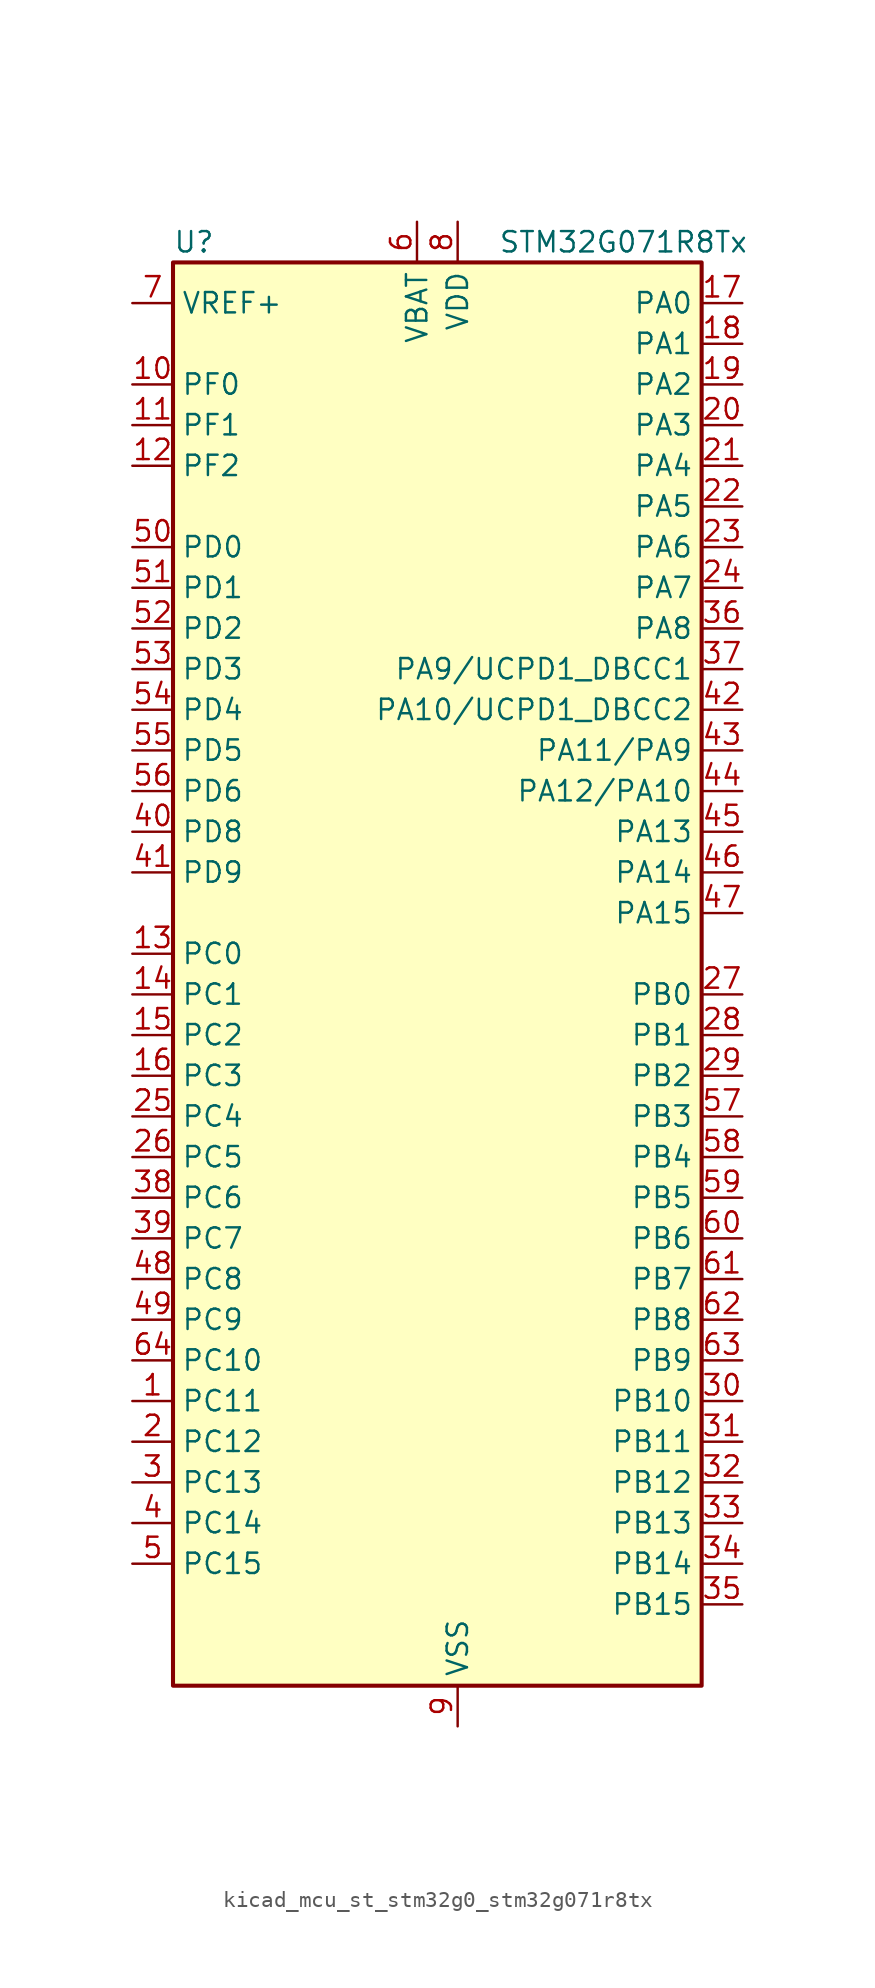
<source format=kicad_sym>
(kicad_symbol_lib
  (version 20220914)
  (generator kicad_symbol_editor)
  (symbol "kicad_mcu_st_stm32g0_stm32g071r8tx"
    (property "Reference" "U"
      (at -15.24 46.99 0)
      (effects (font (size 1.27 1.27)) (justify left)))
    (property "Value" "STM32G071R8Tx"
      (at 5.08 46.99 0)
      (effects (font (size 1.27 1.27)) (justify left)))
    (property "ki_locked" ""
      (at 0 0 0)
      (effects (font (size 1.27 1.27))))
    (symbol "kicad_mcu_st_stm32g0_stm32g071r8tx_0_1"
      (rectangle (start -15.24 -43.18) (end 17.78 45.72) (stroke (width 0.254) (type default)) (fill (type background))))
    (symbol "kicad_mcu_st_stm32g0_stm32g071r8tx_1_1"
      (pin bidirectional line (at -17.78 -25.4 0) (length 2.54) (name "PC11" (effects (font (size 1.27 1.27)))) (number "1" (effects (font (size 1.27 1.27)))) (alternate "ADC1_EXTI11" bidirectional line) (alternate "TIM1_CH4" bidirectional line) (alternate "USART3_RX" bidirectional line) (alternate "USART4_RX" bidirectional line))
      (pin bidirectional line (at -17.78 38.1 0) (length 2.54) (name "PF0" (effects (font (size 1.27 1.27)))) (number "10" (effects (font (size 1.27 1.27)))) (alternate "RCC_OSC_IN" bidirectional line) (alternate "TIM14_CH1" bidirectional line))
      (pin bidirectional line (at -17.78 35.56 0) (length 2.54) (name "PF1" (effects (font (size 1.27 1.27)))) (number "11" (effects (font (size 1.27 1.27)))) (alternate "RCC_OSC_EN" bidirectional line) (alternate "RCC_OSC_OUT" bidirectional line) (alternate "TIM15_CH1N" bidirectional line))
      (pin bidirectional line (at -17.78 33.02 0) (length 2.54) (name "PF2" (effects (font (size 1.27 1.27)))) (number "12" (effects (font (size 1.27 1.27)))) (alternate "RCC_MCO" bidirectional line))
      (pin bidirectional line (at -17.78 2.54 0) (length 2.54) (name "PC0" (effects (font (size 1.27 1.27)))) (number "13" (effects (font (size 1.27 1.27)))) (alternate "LPTIM1_IN1" bidirectional line) (alternate "LPTIM2_IN1" bidirectional line) (alternate "LPUART1_RX" bidirectional line))
      (pin bidirectional line (at -17.78 0 0) (length 2.54) (name "PC1" (effects (font (size 1.27 1.27)))) (number "14" (effects (font (size 1.27 1.27)))) (alternate "LPTIM1_OUT" bidirectional line) (alternate "LPUART1_TX" bidirectional line) (alternate "TIM15_CH1" bidirectional line))
      (pin bidirectional line (at -17.78 -2.54 0) (length 2.54) (name "PC2" (effects (font (size 1.27 1.27)))) (number "15" (effects (font (size 1.27 1.27)))) (alternate "LPTIM1_IN2" bidirectional line) (alternate "SPI2_MISO" bidirectional line) (alternate "TIM15_CH2" bidirectional line))
      (pin bidirectional line (at -17.78 -5.08 0) (length 2.54) (name "PC3" (effects (font (size 1.27 1.27)))) (number "16" (effects (font (size 1.27 1.27)))) (alternate "LPTIM1_ETR" bidirectional line) (alternate "LPTIM2_ETR" bidirectional line) (alternate "SPI2_MOSI" bidirectional line))
      (pin bidirectional line (at 20.32 43.18 180) (length 2.54) (name "PA0" (effects (font (size 1.27 1.27)))) (number "17" (effects (font (size 1.27 1.27)))) (alternate "ADC1_IN0" bidirectional line) (alternate "COMP1_INM" bidirectional line) (alternate "COMP1_OUT" bidirectional line) (alternate "LPTIM1_OUT" bidirectional line) (alternate "RTC_TAMP_IN2" bidirectional line) (alternate "SPI2_SCK" bidirectional line) (alternate "SYS_WKUP1" bidirectional line) (alternate "TIM2_CH1" bidirectional line) (alternate "TIM2_ETR" bidirectional line) (alternate "UCPD2_FRSTX1" bidirectional line) (alternate "UCPD2_FRSTX2" bidirectional line) (alternate "USART2_CTS" bidirectional line) (alternate "USART2_NSS" bidirectional line) (alternate "USART4_TX" bidirectional line))
      (pin bidirectional line (at 20.32 40.64 180) (length 2.54) (name "PA1" (effects (font (size 1.27 1.27)))) (number "18" (effects (font (size 1.27 1.27)))) (alternate "ADC1_IN1" bidirectional line) (alternate "COMP1_INP" bidirectional line) (alternate "I2C1_SMBA" bidirectional line) (alternate "I2S1_CK" bidirectional line) (alternate "SPI1_SCK" bidirectional line) (alternate "TIM15_CH1N" bidirectional line) (alternate "TIM2_CH2" bidirectional line) (alternate "USART2_CK" bidirectional line) (alternate "USART2_DE" bidirectional line) (alternate "USART2_RTS" bidirectional line) (alternate "USART4_RX" bidirectional line))
      (pin bidirectional line (at 20.32 38.1 180) (length 2.54) (name "PA2" (effects (font (size 1.27 1.27)))) (number "19" (effects (font (size 1.27 1.27)))) (alternate "ADC1_IN2" bidirectional line) (alternate "COMP2_INM" bidirectional line) (alternate "COMP2_OUT" bidirectional line) (alternate "I2S1_SD" bidirectional line) (alternate "LPUART1_TX" bidirectional line) (alternate "RCC_LSCO" bidirectional line) (alternate "SPI1_MOSI" bidirectional line) (alternate "SYS_WKUP4" bidirectional line) (alternate "TIM15_CH1" bidirectional line) (alternate "TIM2_CH3" bidirectional line) (alternate "UCPD1_FRSTX1" bidirectional line) (alternate "UCPD1_FRSTX2" bidirectional line) (alternate "USART2_TX" bidirectional line))
      (pin bidirectional line (at -17.78 -27.94 0) (length 2.54) (name "PC12" (effects (font (size 1.27 1.27)))) (number "2" (effects (font (size 1.27 1.27)))) (alternate "LPTIM1_IN1" bidirectional line) (alternate "TIM14_CH1" bidirectional line) (alternate "UCPD1_FRSTX1" bidirectional line) (alternate "UCPD1_FRSTX2" bidirectional line))
      (pin bidirectional line (at 20.32 35.56 180) (length 2.54) (name "PA3" (effects (font (size 1.27 1.27)))) (number "20" (effects (font (size 1.27 1.27)))) (alternate "ADC1_IN3" bidirectional line) (alternate "COMP2_INP" bidirectional line) (alternate "LPUART1_RX" bidirectional line) (alternate "SPI2_MISO" bidirectional line) (alternate "TIM15_CH2" bidirectional line) (alternate "TIM2_CH4" bidirectional line) (alternate "UCPD2_FRSTX1" bidirectional line) (alternate "UCPD2_FRSTX2" bidirectional line) (alternate "USART2_RX" bidirectional line))
      (pin bidirectional line (at 20.32 33.02 180) (length 2.54) (name "PA4" (effects (font (size 1.27 1.27)))) (number "21" (effects (font (size 1.27 1.27)))) (alternate "ADC1_IN4" bidirectional line) (alternate "DAC1_OUT1" bidirectional line) (alternate "I2S1_WS" bidirectional line) (alternate "LPTIM2_OUT" bidirectional line) (alternate "RTC_OUT_ALARM" bidirectional line) (alternate "RTC_OUT_CALIB" bidirectional line) (alternate "SPI1_NSS" bidirectional line) (alternate "SPI2_MOSI" bidirectional line) (alternate "TIM14_CH1" bidirectional line) (alternate "UCPD2_FRSTX1" bidirectional line) (alternate "UCPD2_FRSTX2" bidirectional line))
      (pin bidirectional line (at 20.32 30.48 180) (length 2.54) (name "PA5" (effects (font (size 1.27 1.27)))) (number "22" (effects (font (size 1.27 1.27)))) (alternate "ADC1_IN5" bidirectional line) (alternate "CEC" bidirectional line) (alternate "DAC1_OUT2" bidirectional line) (alternate "I2S1_CK" bidirectional line) (alternate "LPTIM2_ETR" bidirectional line) (alternate "SPI1_SCK" bidirectional line) (alternate "TIM2_CH1" bidirectional line) (alternate "TIM2_ETR" bidirectional line) (alternate "UCPD1_FRSTX1" bidirectional line) (alternate "UCPD1_FRSTX2" bidirectional line) (alternate "USART3_TX" bidirectional line))
      (pin bidirectional line (at 20.32 27.94 180) (length 2.54) (name "PA6" (effects (font (size 1.27 1.27)))) (number "23" (effects (font (size 1.27 1.27)))) (alternate "ADC1_IN6" bidirectional line) (alternate "COMP1_OUT" bidirectional line) (alternate "I2S1_MCK" bidirectional line) (alternate "LPUART1_CTS" bidirectional line) (alternate "SPI1_MISO" bidirectional line) (alternate "TIM16_CH1" bidirectional line) (alternate "TIM1_BK" bidirectional line) (alternate "TIM3_CH1" bidirectional line) (alternate "USART3_CTS" bidirectional line) (alternate "USART3_NSS" bidirectional line))
      (pin bidirectional line (at 20.32 25.4 180) (length 2.54) (name "PA7" (effects (font (size 1.27 1.27)))) (number "24" (effects (font (size 1.27 1.27)))) (alternate "ADC1_IN7" bidirectional line) (alternate "COMP2_OUT" bidirectional line) (alternate "I2S1_SD" bidirectional line) (alternate "SPI1_MOSI" bidirectional line) (alternate "TIM14_CH1" bidirectional line) (alternate "TIM17_CH1" bidirectional line) (alternate "TIM1_CH1N" bidirectional line) (alternate "TIM3_CH2" bidirectional line) (alternate "UCPD1_FRSTX1" bidirectional line) (alternate "UCPD1_FRSTX2" bidirectional line))
      (pin bidirectional line (at -17.78 -7.62 0) (length 2.54) (name "PC4" (effects (font (size 1.27 1.27)))) (number "25" (effects (font (size 1.27 1.27)))) (alternate "ADC1_IN17" bidirectional line) (alternate "COMP1_INM" bidirectional line) (alternate "TIM2_CH1" bidirectional line) (alternate "TIM2_ETR" bidirectional line) (alternate "USART1_TX" bidirectional line) (alternate "USART3_TX" bidirectional line))
      (pin bidirectional line (at -17.78 -10.16 0) (length 2.54) (name "PC5" (effects (font (size 1.27 1.27)))) (number "26" (effects (font (size 1.27 1.27)))) (alternate "ADC1_IN18" bidirectional line) (alternate "COMP1_INP" bidirectional line) (alternate "SYS_WKUP5" bidirectional line) (alternate "TIM2_CH2" bidirectional line) (alternate "USART1_RX" bidirectional line) (alternate "USART3_RX" bidirectional line))
      (pin bidirectional line (at 20.32 0 180) (length 2.54) (name "PB0" (effects (font (size 1.27 1.27)))) (number "27" (effects (font (size 1.27 1.27)))) (alternate "ADC1_IN8" bidirectional line) (alternate "COMP1_OUT" bidirectional line) (alternate "I2S1_WS" bidirectional line) (alternate "LPTIM1_OUT" bidirectional line) (alternate "SPI1_NSS" bidirectional line) (alternate "TIM1_CH2N" bidirectional line) (alternate "TIM3_CH3" bidirectional line) (alternate "UCPD1_FRSTX1" bidirectional line) (alternate "UCPD1_FRSTX2" bidirectional line) (alternate "USART3_RX" bidirectional line))
      (pin bidirectional line (at 20.32 -2.54 180) (length 2.54) (name "PB1" (effects (font (size 1.27 1.27)))) (number "28" (effects (font (size 1.27 1.27)))) (alternate "ADC1_IN9" bidirectional line) (alternate "COMP1_INM" bidirectional line) (alternate "LPTIM2_IN1" bidirectional line) (alternate "LPUART1_DE" bidirectional line) (alternate "LPUART1_RTS" bidirectional line) (alternate "TIM14_CH1" bidirectional line) (alternate "TIM1_CH3N" bidirectional line) (alternate "TIM3_CH4" bidirectional line) (alternate "USART3_CK" bidirectional line) (alternate "USART3_DE" bidirectional line) (alternate "USART3_RTS" bidirectional line))
      (pin bidirectional line (at 20.32 -5.08 180) (length 2.54) (name "PB2" (effects (font (size 1.27 1.27)))) (number "29" (effects (font (size 1.27 1.27)))) (alternate "ADC1_IN10" bidirectional line) (alternate "COMP1_INP" bidirectional line) (alternate "LPTIM1_OUT" bidirectional line) (alternate "SPI2_MISO" bidirectional line) (alternate "USART3_TX" bidirectional line))
      (pin bidirectional line (at -17.78 -30.48 0) (length 2.54) (name "PC13" (effects (font (size 1.27 1.27)))) (number "3" (effects (font (size 1.27 1.27)))) (alternate "RTC_OUT_ALARM" bidirectional line) (alternate "RTC_OUT_CALIB" bidirectional line) (alternate "RTC_TAMP_IN1" bidirectional line) (alternate "RTC_TS" bidirectional line) (alternate "SYS_WKUP2" bidirectional line) (alternate "TIM1_BK" bidirectional line))
      (pin bidirectional line (at 20.32 -25.4 180) (length 2.54) (name "PB10" (effects (font (size 1.27 1.27)))) (number "30" (effects (font (size 1.27 1.27)))) (alternate "ADC1_IN11" bidirectional line) (alternate "CEC" bidirectional line) (alternate "COMP1_OUT" bidirectional line) (alternate "I2C2_SCL" bidirectional line) (alternate "LPUART1_RX" bidirectional line) (alternate "SPI2_SCK" bidirectional line) (alternate "TIM2_CH3" bidirectional line) (alternate "USART3_TX" bidirectional line))
      (pin bidirectional line (at 20.32 -27.94 180) (length 2.54) (name "PB11" (effects (font (size 1.27 1.27)))) (number "31" (effects (font (size 1.27 1.27)))) (alternate "ADC1_EXTI11" bidirectional line) (alternate "ADC1_IN15" bidirectional line) (alternate "COMP2_OUT" bidirectional line) (alternate "I2C2_SDA" bidirectional line) (alternate "LPUART1_TX" bidirectional line) (alternate "SPI2_MOSI" bidirectional line) (alternate "TIM2_CH4" bidirectional line) (alternate "USART3_RX" bidirectional line))
      (pin bidirectional line (at 20.32 -30.48 180) (length 2.54) (name "PB12" (effects (font (size 1.27 1.27)))) (number "32" (effects (font (size 1.27 1.27)))) (alternate "ADC1_IN16" bidirectional line) (alternate "LPUART1_DE" bidirectional line) (alternate "LPUART1_RTS" bidirectional line) (alternate "SPI2_NSS" bidirectional line) (alternate "TIM15_BK" bidirectional line) (alternate "TIM1_BK" bidirectional line) (alternate "UCPD2_FRSTX1" bidirectional line) (alternate "UCPD2_FRSTX2" bidirectional line))
      (pin bidirectional line (at 20.32 -33.02 180) (length 2.54) (name "PB13" (effects (font (size 1.27 1.27)))) (number "33" (effects (font (size 1.27 1.27)))) (alternate "I2C2_SCL" bidirectional line) (alternate "LPUART1_CTS" bidirectional line) (alternate "SPI2_SCK" bidirectional line) (alternate "TIM15_CH1N" bidirectional line) (alternate "TIM1_CH1N" bidirectional line) (alternate "USART3_CTS" bidirectional line) (alternate "USART3_NSS" bidirectional line))
      (pin bidirectional line (at 20.32 -35.56 180) (length 2.54) (name "PB14" (effects (font (size 1.27 1.27)))) (number "34" (effects (font (size 1.27 1.27)))) (alternate "I2C2_SDA" bidirectional line) (alternate "SPI2_MISO" bidirectional line) (alternate "TIM15_CH1" bidirectional line) (alternate "TIM1_CH2N" bidirectional line) (alternate "UCPD1_FRSTX1" bidirectional line) (alternate "UCPD1_FRSTX2" bidirectional line) (alternate "USART3_CK" bidirectional line) (alternate "USART3_DE" bidirectional line) (alternate "USART3_RTS" bidirectional line))
      (pin bidirectional line (at 20.32 -38.1 180) (length 2.54) (name "PB15" (effects (font (size 1.27 1.27)))) (number "35" (effects (font (size 1.27 1.27)))) (alternate "RTC_REFIN" bidirectional line) (alternate "SPI2_MOSI" bidirectional line) (alternate "TIM15_CH1N" bidirectional line) (alternate "TIM15_CH2" bidirectional line) (alternate "TIM1_CH3N" bidirectional line) (alternate "UCPD1_CC2" bidirectional line))
      (pin bidirectional line (at 20.32 22.86 180) (length 2.54) (name "PA8" (effects (font (size 1.27 1.27)))) (number "36" (effects (font (size 1.27 1.27)))) (alternate "LPTIM2_OUT" bidirectional line) (alternate "RCC_MCO" bidirectional line) (alternate "SPI2_NSS" bidirectional line) (alternate "TIM1_CH1" bidirectional line) (alternate "UCPD1_CC1" bidirectional line))
      (pin bidirectional line (at 20.32 20.32 180) (length 2.54) (name "PA9/UCPD1_DBCC1" (effects (font (size 1.27 1.27)))) (number "37" (effects (font (size 1.27 1.27)))) (alternate "DAC1_EXTI9" bidirectional line) (alternate "I2C1_SCL" bidirectional line) (alternate "RCC_MCO" bidirectional line) (alternate "SPI2_MISO" bidirectional line) (alternate "TIM15_BK" bidirectional line) (alternate "TIM1_CH2" bidirectional line) (alternate "UCPD1_DBCC1" bidirectional line) (alternate "USART1_TX" bidirectional line))
      (pin bidirectional line (at -17.78 -12.7 0) (length 2.54) (name "PC6" (effects (font (size 1.27 1.27)))) (number "38" (effects (font (size 1.27 1.27)))) (alternate "TIM2_CH3" bidirectional line) (alternate "TIM3_CH1" bidirectional line) (alternate "UCPD1_FRSTX1" bidirectional line) (alternate "UCPD1_FRSTX2" bidirectional line))
      (pin bidirectional line (at -17.78 -15.24 0) (length 2.54) (name "PC7" (effects (font (size 1.27 1.27)))) (number "39" (effects (font (size 1.27 1.27)))) (alternate "TIM2_CH4" bidirectional line) (alternate "TIM3_CH2" bidirectional line) (alternate "UCPD2_FRSTX1" bidirectional line) (alternate "UCPD2_FRSTX2" bidirectional line))
      (pin bidirectional line (at -17.78 -33.02 0) (length 2.54) (name "PC14" (effects (font (size 1.27 1.27)))) (number "4" (effects (font (size 1.27 1.27)))) (alternate "RCC_OSC32_IN" bidirectional line) (alternate "TIM1_BK2" bidirectional line))
      (pin bidirectional line (at -17.78 10.16 0) (length 2.54) (name "PD8" (effects (font (size 1.27 1.27)))) (number "40" (effects (font (size 1.27 1.27)))) (alternate "I2S1_CK" bidirectional line) (alternate "LPTIM1_OUT" bidirectional line) (alternate "SPI1_SCK" bidirectional line) (alternate "USART3_TX" bidirectional line))
      (pin bidirectional line (at -17.78 7.62 0) (length 2.54) (name "PD9" (effects (font (size 1.27 1.27)))) (number "41" (effects (font (size 1.27 1.27)))) (alternate "DAC1_EXTI9" bidirectional line) (alternate "I2S1_WS" bidirectional line) (alternate "SPI1_NSS" bidirectional line) (alternate "TIM1_BK2" bidirectional line) (alternate "USART3_RX" bidirectional line))
      (pin bidirectional line (at 20.32 17.78 180) (length 2.54) (name "PA10/UCPD1_DBCC2" (effects (font (size 1.27 1.27)))) (number "42" (effects (font (size 1.27 1.27)))) (alternate "I2C1_SDA" bidirectional line) (alternate "SPI2_MOSI" bidirectional line) (alternate "TIM17_BK" bidirectional line) (alternate "TIM1_CH3" bidirectional line) (alternate "UCPD1_DBCC2" bidirectional line) (alternate "USART1_RX" bidirectional line))
      (pin bidirectional line (at 20.32 15.24 180) (length 2.54) (name "PA11/PA9" (effects (font (size 1.27 1.27)))) (number "43" (effects (font (size 1.27 1.27)))) (alternate "ADC1_EXTI11" bidirectional line) (alternate "COMP1_OUT" bidirectional line) (alternate "I2C2_SCL" bidirectional line) (alternate "I2S1_MCK" bidirectional line) (alternate "SPI1_MISO" bidirectional line) (alternate "TIM1_BK2" bidirectional line) (alternate "TIM1_CH4" bidirectional line) (alternate "USART1_CTS" bidirectional line) (alternate "USART1_NSS" bidirectional line))
      (pin bidirectional line (at 20.32 12.7 180) (length 2.54) (name "PA12/PA10" (effects (font (size 1.27 1.27)))) (number "44" (effects (font (size 1.27 1.27)))) (alternate "COMP2_OUT" bidirectional line) (alternate "I2C2_SDA" bidirectional line) (alternate "I2S1_SD" bidirectional line) (alternate "I2S_CKIN" bidirectional line) (alternate "SPI1_MOSI" bidirectional line) (alternate "TIM1_ETR" bidirectional line) (alternate "USART1_CK" bidirectional line) (alternate "USART1_DE" bidirectional line) (alternate "USART1_RTS" bidirectional line))
      (pin bidirectional line (at 20.32 10.16 180) (length 2.54) (name "PA13" (effects (font (size 1.27 1.27)))) (number "45" (effects (font (size 1.27 1.27)))) (alternate "IR_OUT" bidirectional line) (alternate "SYS_SWDIO" bidirectional line))
      (pin bidirectional line (at 20.32 7.62 180) (length 2.54) (name "PA14" (effects (font (size 1.27 1.27)))) (number "46" (effects (font (size 1.27 1.27)))) (alternate "SYS_SWCLK" bidirectional line) (alternate "USART2_TX" bidirectional line))
      (pin bidirectional line (at 20.32 5.08 180) (length 2.54) (name "PA15" (effects (font (size 1.27 1.27)))) (number "47" (effects (font (size 1.27 1.27)))) (alternate "I2S1_WS" bidirectional line) (alternate "SPI1_NSS" bidirectional line) (alternate "TIM2_CH1" bidirectional line) (alternate "TIM2_ETR" bidirectional line) (alternate "USART2_RX" bidirectional line) (alternate "USART3_CK" bidirectional line) (alternate "USART3_DE" bidirectional line) (alternate "USART3_RTS" bidirectional line) (alternate "USART4_CK" bidirectional line) (alternate "USART4_DE" bidirectional line) (alternate "USART4_RTS" bidirectional line))
      (pin bidirectional line (at -17.78 -17.78 0) (length 2.54) (name "PC8" (effects (font (size 1.27 1.27)))) (number "48" (effects (font (size 1.27 1.27)))) (alternate "TIM1_CH1" bidirectional line) (alternate "TIM3_CH3" bidirectional line) (alternate "UCPD2_FRSTX1" bidirectional line) (alternate "UCPD2_FRSTX2" bidirectional line))
      (pin bidirectional line (at -17.78 -20.32 0) (length 2.54) (name "PC9" (effects (font (size 1.27 1.27)))) (number "49" (effects (font (size 1.27 1.27)))) (alternate "DAC1_EXTI9" bidirectional line) (alternate "I2S_CKIN" bidirectional line) (alternate "TIM1_CH2" bidirectional line) (alternate "TIM3_CH4" bidirectional line))
      (pin bidirectional line (at -17.78 -35.56 0) (length 2.54) (name "PC15" (effects (font (size 1.27 1.27)))) (number "5" (effects (font (size 1.27 1.27)))) (alternate "RCC_OSC32_EN" bidirectional line) (alternate "RCC_OSC32_OUT" bidirectional line) (alternate "RCC_OSC_EN" bidirectional line) (alternate "TIM15_BK" bidirectional line))
      (pin bidirectional line (at -17.78 27.94 0) (length 2.54) (name "PD0" (effects (font (size 1.27 1.27)))) (number "50" (effects (font (size 1.27 1.27)))) (alternate "SPI2_NSS" bidirectional line) (alternate "TIM16_CH1" bidirectional line) (alternate "UCPD2_CC1" bidirectional line))
      (pin bidirectional line (at -17.78 25.4 0) (length 2.54) (name "PD1" (effects (font (size 1.27 1.27)))) (number "51" (effects (font (size 1.27 1.27)))) (alternate "SPI2_SCK" bidirectional line) (alternate "TIM17_CH1" bidirectional line) (alternate "UCPD2_DBCC1" bidirectional line))
      (pin bidirectional line (at -17.78 22.86 0) (length 2.54) (name "PD2" (effects (font (size 1.27 1.27)))) (number "52" (effects (font (size 1.27 1.27)))) (alternate "TIM1_CH1N" bidirectional line) (alternate "TIM3_ETR" bidirectional line) (alternate "UCPD2_CC2" bidirectional line) (alternate "USART3_CK" bidirectional line) (alternate "USART3_DE" bidirectional line) (alternate "USART3_RTS" bidirectional line))
      (pin bidirectional line (at -17.78 20.32 0) (length 2.54) (name "PD3" (effects (font (size 1.27 1.27)))) (number "53" (effects (font (size 1.27 1.27)))) (alternate "SPI2_MISO" bidirectional line) (alternate "TIM1_CH2N" bidirectional line) (alternate "UCPD2_DBCC2" bidirectional line) (alternate "USART2_CTS" bidirectional line) (alternate "USART2_NSS" bidirectional line))
      (pin bidirectional line (at -17.78 17.78 0) (length 2.54) (name "PD4" (effects (font (size 1.27 1.27)))) (number "54" (effects (font (size 1.27 1.27)))) (alternate "SPI2_MOSI" bidirectional line) (alternate "TIM1_CH3N" bidirectional line) (alternate "USART2_CK" bidirectional line) (alternate "USART2_DE" bidirectional line) (alternate "USART2_RTS" bidirectional line))
      (pin bidirectional line (at -17.78 15.24 0) (length 2.54) (name "PD5" (effects (font (size 1.27 1.27)))) (number "55" (effects (font (size 1.27 1.27)))) (alternate "I2S1_MCK" bidirectional line) (alternate "SPI1_MISO" bidirectional line) (alternate "TIM1_BK" bidirectional line) (alternate "USART2_TX" bidirectional line))
      (pin bidirectional line (at -17.78 12.7 0) (length 2.54) (name "PD6" (effects (font (size 1.27 1.27)))) (number "56" (effects (font (size 1.27 1.27)))) (alternate "I2S1_SD" bidirectional line) (alternate "LPTIM2_OUT" bidirectional line) (alternate "SPI1_MOSI" bidirectional line) (alternate "USART2_RX" bidirectional line))
      (pin bidirectional line (at 20.32 -7.62 180) (length 2.54) (name "PB3" (effects (font (size 1.27 1.27)))) (number "57" (effects (font (size 1.27 1.27)))) (alternate "COMP2_INM" bidirectional line) (alternate "I2S1_CK" bidirectional line) (alternate "SPI1_SCK" bidirectional line) (alternate "TIM1_CH2" bidirectional line) (alternate "TIM2_CH2" bidirectional line) (alternate "USART1_CK" bidirectional line) (alternate "USART1_DE" bidirectional line) (alternate "USART1_RTS" bidirectional line))
      (pin bidirectional line (at 20.32 -10.16 180) (length 2.54) (name "PB4" (effects (font (size 1.27 1.27)))) (number "58" (effects (font (size 1.27 1.27)))) (alternate "COMP2_INP" bidirectional line) (alternate "I2S1_MCK" bidirectional line) (alternate "SPI1_MISO" bidirectional line) (alternate "TIM17_BK" bidirectional line) (alternate "TIM3_CH1" bidirectional line) (alternate "USART1_CTS" bidirectional line) (alternate "USART1_NSS" bidirectional line))
      (pin bidirectional line (at 20.32 -12.7 180) (length 2.54) (name "PB5" (effects (font (size 1.27 1.27)))) (number "59" (effects (font (size 1.27 1.27)))) (alternate "COMP2_OUT" bidirectional line) (alternate "I2C1_SMBA" bidirectional line) (alternate "I2S1_SD" bidirectional line) (alternate "LPTIM1_IN1" bidirectional line) (alternate "SPI1_MOSI" bidirectional line) (alternate "SYS_WKUP6" bidirectional line) (alternate "TIM16_BK" bidirectional line) (alternate "TIM3_CH2" bidirectional line))
      (pin power_in line (at 0 48.26 270) (length 2.54) (name "VBAT" (effects (font (size 1.27 1.27)))) (number "6" (effects (font (size 1.27 1.27)))))
      (pin bidirectional line (at 20.32 -15.24 180) (length 2.54) (name "PB6" (effects (font (size 1.27 1.27)))) (number "60" (effects (font (size 1.27 1.27)))) (alternate "COMP2_INP" bidirectional line) (alternate "I2C1_SCL" bidirectional line) (alternate "LPTIM1_ETR" bidirectional line) (alternate "SPI2_MISO" bidirectional line) (alternate "TIM16_CH1N" bidirectional line) (alternate "TIM1_CH3" bidirectional line) (alternate "USART1_TX" bidirectional line))
      (pin bidirectional line (at 20.32 -17.78 180) (length 2.54) (name "PB7" (effects (font (size 1.27 1.27)))) (number "61" (effects (font (size 1.27 1.27)))) (alternate "COMP2_INM" bidirectional line) (alternate "I2C1_SDA" bidirectional line) (alternate "LPTIM1_IN2" bidirectional line) (alternate "SPI2_MOSI" bidirectional line) (alternate "SYS_PVD_IN" bidirectional line) (alternate "TIM17_CH1N" bidirectional line) (alternate "USART1_RX" bidirectional line) (alternate "USART4_CTS" bidirectional line) (alternate "USART4_NSS" bidirectional line))
      (pin bidirectional line (at 20.32 -20.32 180) (length 2.54) (name "PB8" (effects (font (size 1.27 1.27)))) (number "62" (effects (font (size 1.27 1.27)))) (alternate "CEC" bidirectional line) (alternate "I2C1_SCL" bidirectional line) (alternate "SPI2_SCK" bidirectional line) (alternate "TIM15_BK" bidirectional line) (alternate "TIM16_CH1" bidirectional line) (alternate "USART3_TX" bidirectional line))
      (pin bidirectional line (at 20.32 -22.86 180) (length 2.54) (name "PB9" (effects (font (size 1.27 1.27)))) (number "63" (effects (font (size 1.27 1.27)))) (alternate "DAC1_EXTI9" bidirectional line) (alternate "I2C1_SDA" bidirectional line) (alternate "IR_OUT" bidirectional line) (alternate "SPI2_NSS" bidirectional line) (alternate "TIM17_CH1" bidirectional line) (alternate "UCPD2_FRSTX1" bidirectional line) (alternate "UCPD2_FRSTX2" bidirectional line) (alternate "USART3_RX" bidirectional line))
      (pin bidirectional line (at -17.78 -22.86 0) (length 2.54) (name "PC10" (effects (font (size 1.27 1.27)))) (number "64" (effects (font (size 1.27 1.27)))) (alternate "TIM1_CH3" bidirectional line) (alternate "USART3_TX" bidirectional line) (alternate "USART4_TX" bidirectional line))
      (pin input line (at -17.78 43.18 0) (length 2.54) (name "VREF+" (effects (font (size 1.27 1.27)))) (number "7" (effects (font (size 1.27 1.27)))) (alternate "VREFBUF_OUT" bidirectional line))
      (pin power_in line (at 2.54 48.26 270) (length 2.54) (name "VDD" (effects (font (size 1.27 1.27)))) (number "8" (effects (font (size 1.27 1.27)))))
      (pin power_in line (at 2.54 -45.72 90) (length 2.54) (name "VSS" (effects (font (size 1.27 1.27)))) (number "9" (effects (font (size 1.27 1.27))))))))
</source>
